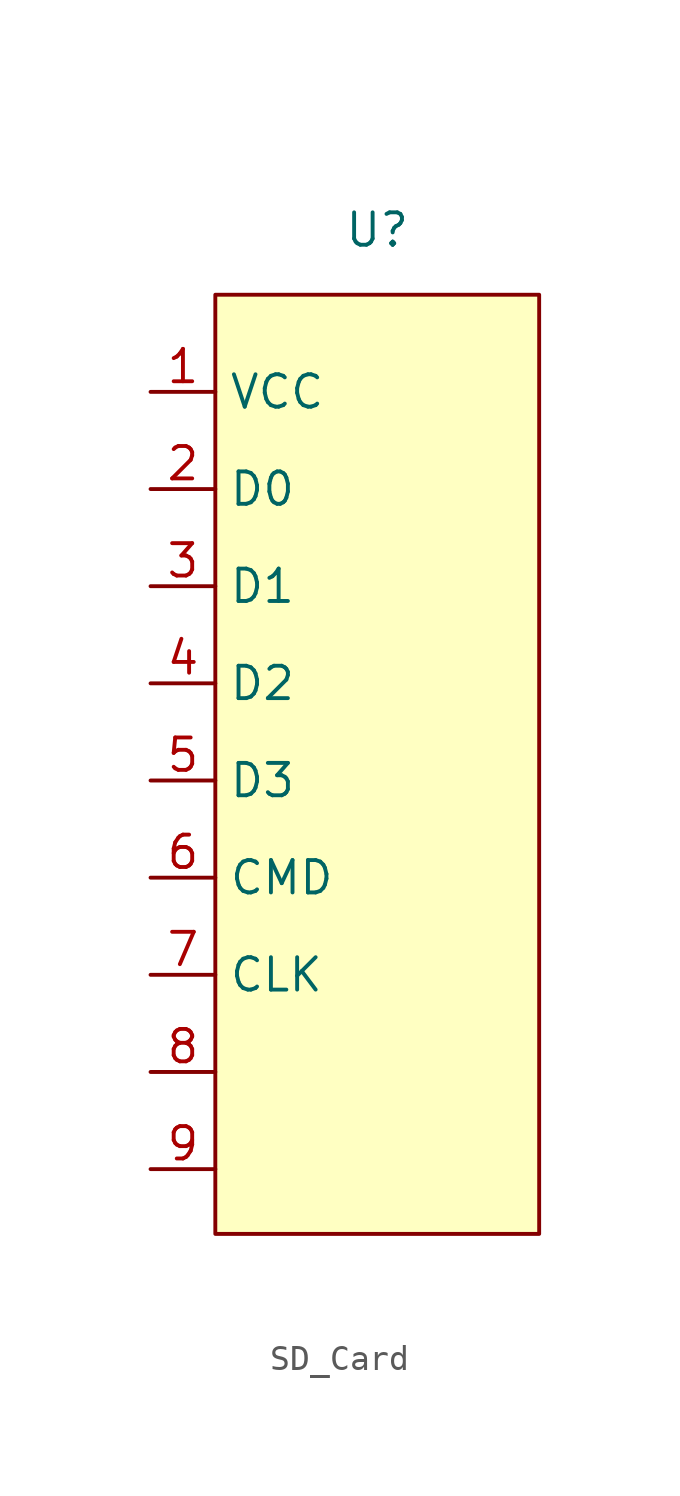
<source format=kicad_sym>
(kicad_symbol_lib
  (version 20231120)
  (generator "kicad_symbol_editor")
  (generator_version "8.0")
  (symbol "SD_Card"
    (property "Reference" "U"
      (at 0 8.89 0)
      (effects (font (size 1.27 1.27))))
    (property "Value" ""
      (at 0 0 0)
      (effects (font (size 1.27 1.27))))
    (symbol "SD_Card_1_1"
      (rectangle (start -6.35 6.35) (end 6.35 -30.48) (stroke (width 0) (type default)) (fill (type background)))
      (pin power_in line (at -8.89 2.54 0) (length 2.54) (name "VCC" (effects (font (size 1.27 1.27)))) (number "1" (effects (font (size 1.27 1.27)))))
      (pin passive line (at -8.89 -1.27 0) (length 2.54) (name "D0" (effects (font (size 1.27 1.27)))) (number "2" (effects (font (size 1.27 1.27)))))
      (pin passive line (at -8.89 -5.08 0) (length 2.54) (name "D1" (effects (font (size 1.27 1.27)))) (number "3" (effects (font (size 1.27 1.27)))))
      (pin passive line (at -8.89 -8.89 0) (length 2.54) (name "D2" (effects (font (size 1.27 1.27)))) (number "4" (effects (font (size 1.27 1.27)))))
      (pin passive line (at -8.89 -12.7 0) (length 2.54) (name "D3" (effects (font (size 1.27 1.27)))) (number "5" (effects (font (size 1.27 1.27)))))
      (pin passive line (at -8.89 -16.51 0) (length 2.54) (name "CMD" (effects (font (size 1.27 1.27)))) (number "6" (effects (font (size 1.27 1.27)))))
      (pin passive line (at -8.89 -20.32 0) (length 2.54) (name "CLK" (effects (font (size 1.27 1.27)))) (number "7" (effects (font (size 1.27 1.27)))))
      (pin passive line (at -8.89 -24.13 0) (length 2.54) (name "" (effects (font (size 1.27 1.27)))) (number "8" (effects (font (size 1.27 1.27)))))
      (pin passive line (at -8.89 -27.94 0) (length 2.54) (name "" (effects (font (size 1.27 1.27)))) (number "9" (effects (font (size 1.27 1.27))))))))
</source>
